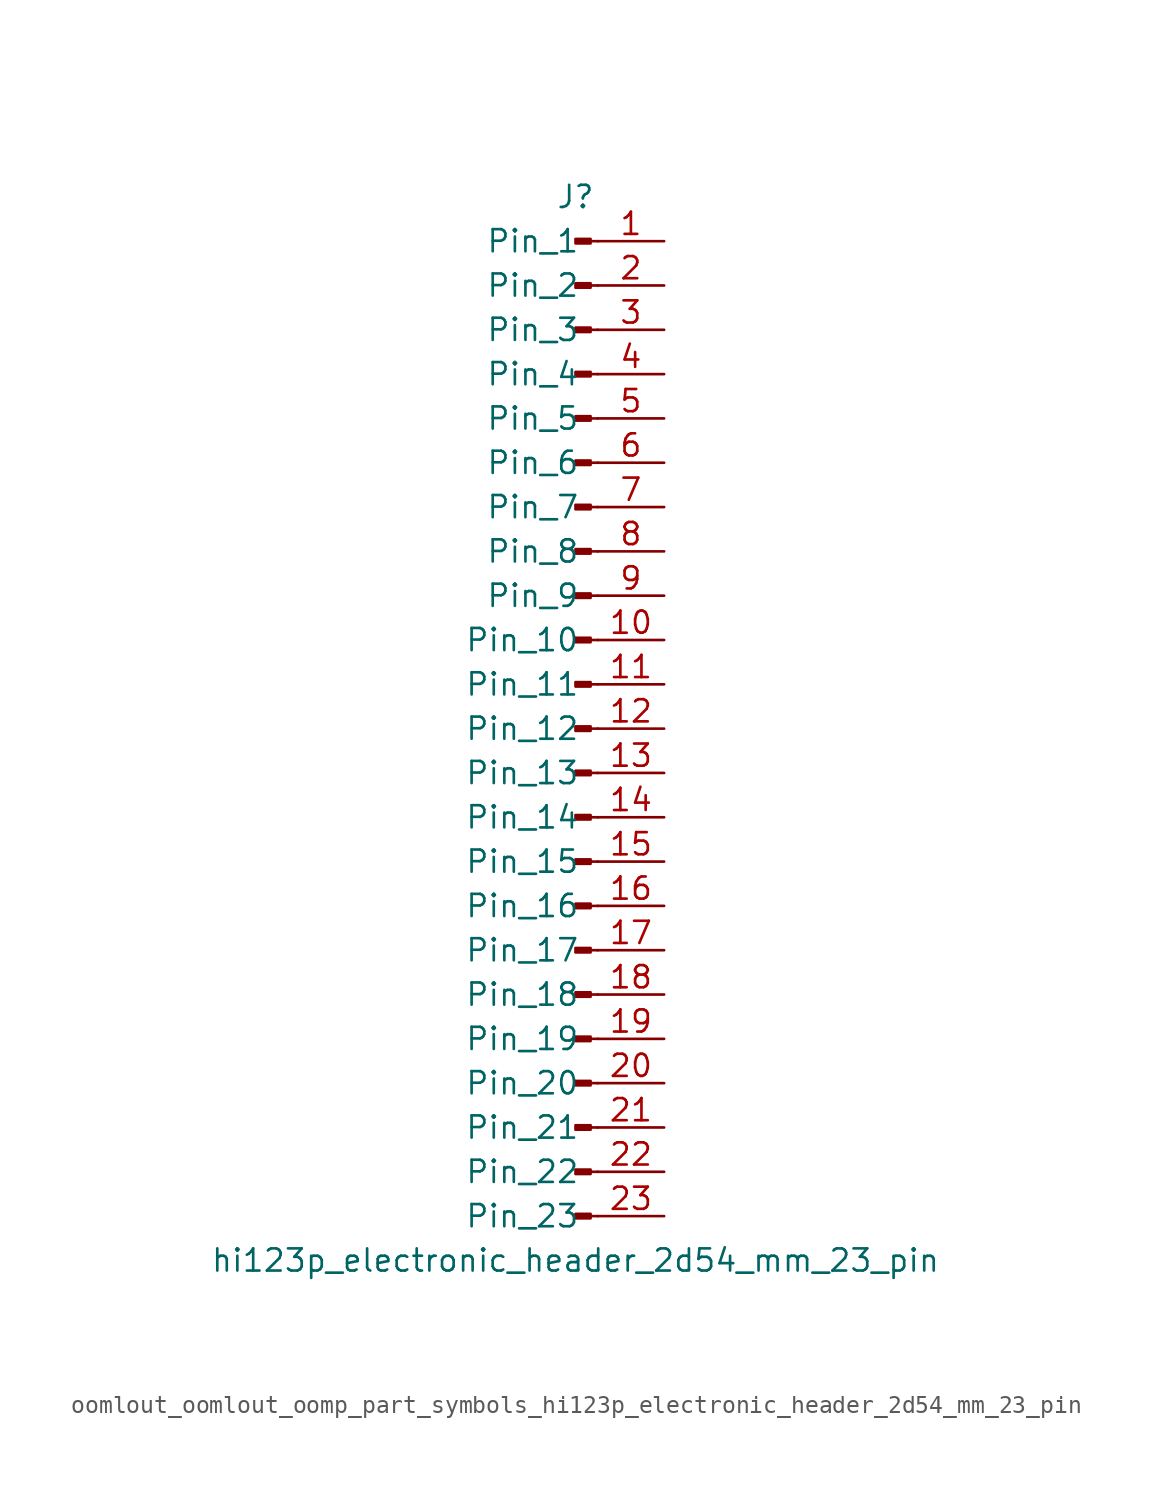
<source format=kicad_sym>
(kicad_symbol_lib
  (version 20220914)
  (generator kicad_symbol_editor)
  (symbol "oomlout_oomlout_oomp_part_symbols_hi123p_electronic_header_2d54_mm_23_pin"
    (pin_names
      (offset 1.016))
    (property "Reference" "J"
      (at 0 30.48 0)
      (effects (font (size 1.27 1.27))))
    (property "Value" "hi123p_electronic_header_2d54_mm_23_pin"
      (at 0 -30.48 0)
      (effects (font (size 1.27 1.27))))
    (property "ki_locked" ""
      (at 0 0 0)
      (effects (font (size 1.27 1.27))))
    (symbol "oomlout_oomlout_oomp_part_symbols_hi123p_electronic_header_2d54_mm_23_pin_1_1"
      (polyline (pts (xy 1.27 -27.94) (xy 0.864 -27.94)) (stroke (width 0.152) (type default)) (fill (type none)))
      (polyline (pts (xy 1.27 -25.4) (xy 0.864 -25.4)) (stroke (width 0.152) (type default)) (fill (type none)))
      (polyline (pts (xy 1.27 -22.86) (xy 0.864 -22.86)) (stroke (width 0.152) (type default)) (fill (type none)))
      (polyline (pts (xy 1.27 -20.32) (xy 0.864 -20.32)) (stroke (width 0.152) (type default)) (fill (type none)))
      (polyline (pts (xy 1.27 -17.78) (xy 0.864 -17.78)) (stroke (width 0.152) (type default)) (fill (type none)))
      (polyline (pts (xy 1.27 -15.24) (xy 0.864 -15.24)) (stroke (width 0.152) (type default)) (fill (type none)))
      (polyline (pts (xy 1.27 -12.7) (xy 0.864 -12.7)) (stroke (width 0.152) (type default)) (fill (type none)))
      (polyline (pts (xy 1.27 -10.16) (xy 0.864 -10.16)) (stroke (width 0.152) (type default)) (fill (type none)))
      (polyline (pts (xy 1.27 -7.62) (xy 0.864 -7.62)) (stroke (width 0.152) (type default)) (fill (type none)))
      (polyline (pts (xy 1.27 -5.08) (xy 0.864 -5.08)) (stroke (width 0.152) (type default)) (fill (type none)))
      (polyline (pts (xy 1.27 -2.54) (xy 0.864 -2.54)) (stroke (width 0.152) (type default)) (fill (type none)))
      (polyline (pts (xy 1.27 0) (xy 0.864 0)) (stroke (width 0.152) (type default)) (fill (type none)))
      (polyline (pts (xy 1.27 2.54) (xy 0.864 2.54)) (stroke (width 0.152) (type default)) (fill (type none)))
      (polyline (pts (xy 1.27 5.08) (xy 0.864 5.08)) (stroke (width 0.152) (type default)) (fill (type none)))
      (polyline (pts (xy 1.27 7.62) (xy 0.864 7.62)) (stroke (width 0.152) (type default)) (fill (type none)))
      (polyline (pts (xy 1.27 10.16) (xy 0.864 10.16)) (stroke (width 0.152) (type default)) (fill (type none)))
      (polyline (pts (xy 1.27 12.7) (xy 0.864 12.7)) (stroke (width 0.152) (type default)) (fill (type none)))
      (polyline (pts (xy 1.27 15.24) (xy 0.864 15.24)) (stroke (width 0.152) (type default)) (fill (type none)))
      (polyline (pts (xy 1.27 17.78) (xy 0.864 17.78)) (stroke (width 0.152) (type default)) (fill (type none)))
      (polyline (pts (xy 1.27 20.32) (xy 0.864 20.32)) (stroke (width 0.152) (type default)) (fill (type none)))
      (polyline (pts (xy 1.27 22.86) (xy 0.864 22.86)) (stroke (width 0.152) (type default)) (fill (type none)))
      (polyline (pts (xy 1.27 25.4) (xy 0.864 25.4)) (stroke (width 0.152) (type default)) (fill (type none)))
      (polyline (pts (xy 1.27 27.94) (xy 0.864 27.94)) (stroke (width 0.152) (type default)) (fill (type none)))
      (rectangle (start 0.864 -27.813) (end 0 -28.067) (stroke (width 0.152) (type default)) (fill (type outline)))
      (rectangle (start 0.864 -25.273) (end 0 -25.527) (stroke (width 0.152) (type default)) (fill (type outline)))
      (rectangle (start 0.864 -22.733) (end 0 -22.987) (stroke (width 0.152) (type default)) (fill (type outline)))
      (rectangle (start 0.864 -20.193) (end 0 -20.447) (stroke (width 0.152) (type default)) (fill (type outline)))
      (rectangle (start 0.864 -17.653) (end 0 -17.907) (stroke (width 0.152) (type default)) (fill (type outline)))
      (rectangle (start 0.864 -15.113) (end 0 -15.367) (stroke (width 0.152) (type default)) (fill (type outline)))
      (rectangle (start 0.864 -12.573) (end 0 -12.827) (stroke (width 0.152) (type default)) (fill (type outline)))
      (rectangle (start 0.864 -10.033) (end 0 -10.287) (stroke (width 0.152) (type default)) (fill (type outline)))
      (rectangle (start 0.864 -7.493) (end 0 -7.747) (stroke (width 0.152) (type default)) (fill (type outline)))
      (rectangle (start 0.864 -4.953) (end 0 -5.207) (stroke (width 0.152) (type default)) (fill (type outline)))
      (rectangle (start 0.864 -2.413) (end 0 -2.667) (stroke (width 0.152) (type default)) (fill (type outline)))
      (rectangle (start 0.864 0.127) (end 0 -0.127) (stroke (width 0.152) (type default)) (fill (type outline)))
      (rectangle (start 0.864 2.667) (end 0 2.413) (stroke (width 0.152) (type default)) (fill (type outline)))
      (rectangle (start 0.864 5.207) (end 0 4.953) (stroke (width 0.152) (type default)) (fill (type outline)))
      (rectangle (start 0.864 7.747) (end 0 7.493) (stroke (width 0.152) (type default)) (fill (type outline)))
      (rectangle (start 0.864 10.287) (end 0 10.033) (stroke (width 0.152) (type default)) (fill (type outline)))
      (rectangle (start 0.864 12.827) (end 0 12.573) (stroke (width 0.152) (type default)) (fill (type outline)))
      (rectangle (start 0.864 15.367) (end 0 15.113) (stroke (width 0.152) (type default)) (fill (type outline)))
      (rectangle (start 0.864 17.907) (end 0 17.653) (stroke (width 0.152) (type default)) (fill (type outline)))
      (rectangle (start 0.864 20.447) (end 0 20.193) (stroke (width 0.152) (type default)) (fill (type outline)))
      (rectangle (start 0.864 22.987) (end 0 22.733) (stroke (width 0.152) (type default)) (fill (type outline)))
      (rectangle (start 0.864 25.527) (end 0 25.273) (stroke (width 0.152) (type default)) (fill (type outline)))
      (rectangle (start 0.864 28.067) (end 0 27.813) (stroke (width 0.152) (type default)) (fill (type outline)))
      (pin passive line (at 5.08 27.94 180) (length 3.81) (name "Pin_1" (effects (font (size 1.27 1.27)))) (number "1" (effects (font (size 1.27 1.27)))))
      (pin passive line (at 5.08 5.08 180) (length 3.81) (name "Pin_10" (effects (font (size 1.27 1.27)))) (number "10" (effects (font (size 1.27 1.27)))))
      (pin passive line (at 5.08 2.54 180) (length 3.81) (name "Pin_11" (effects (font (size 1.27 1.27)))) (number "11" (effects (font (size 1.27 1.27)))))
      (pin passive line (at 5.08 0 180) (length 3.81) (name "Pin_12" (effects (font (size 1.27 1.27)))) (number "12" (effects (font (size 1.27 1.27)))))
      (pin passive line (at 5.08 -2.54 180) (length 3.81) (name "Pin_13" (effects (font (size 1.27 1.27)))) (number "13" (effects (font (size 1.27 1.27)))))
      (pin passive line (at 5.08 -5.08 180) (length 3.81) (name "Pin_14" (effects (font (size 1.27 1.27)))) (number "14" (effects (font (size 1.27 1.27)))))
      (pin passive line (at 5.08 -7.62 180) (length 3.81) (name "Pin_15" (effects (font (size 1.27 1.27)))) (number "15" (effects (font (size 1.27 1.27)))))
      (pin passive line (at 5.08 -10.16 180) (length 3.81) (name "Pin_16" (effects (font (size 1.27 1.27)))) (number "16" (effects (font (size 1.27 1.27)))))
      (pin passive line (at 5.08 -12.7 180) (length 3.81) (name "Pin_17" (effects (font (size 1.27 1.27)))) (number "17" (effects (font (size 1.27 1.27)))))
      (pin passive line (at 5.08 -15.24 180) (length 3.81) (name "Pin_18" (effects (font (size 1.27 1.27)))) (number "18" (effects (font (size 1.27 1.27)))))
      (pin passive line (at 5.08 -17.78 180) (length 3.81) (name "Pin_19" (effects (font (size 1.27 1.27)))) (number "19" (effects (font (size 1.27 1.27)))))
      (pin passive line (at 5.08 25.4 180) (length 3.81) (name "Pin_2" (effects (font (size 1.27 1.27)))) (number "2" (effects (font (size 1.27 1.27)))))
      (pin passive line (at 5.08 -20.32 180) (length 3.81) (name "Pin_20" (effects (font (size 1.27 1.27)))) (number "20" (effects (font (size 1.27 1.27)))))
      (pin passive line (at 5.08 -22.86 180) (length 3.81) (name "Pin_21" (effects (font (size 1.27 1.27)))) (number "21" (effects (font (size 1.27 1.27)))))
      (pin passive line (at 5.08 -25.4 180) (length 3.81) (name "Pin_22" (effects (font (size 1.27 1.27)))) (number "22" (effects (font (size 1.27 1.27)))))
      (pin passive line (at 5.08 -27.94 180) (length 3.81) (name "Pin_23" (effects (font (size 1.27 1.27)))) (number "23" (effects (font (size 1.27 1.27)))))
      (pin passive line (at 5.08 22.86 180) (length 3.81) (name "Pin_3" (effects (font (size 1.27 1.27)))) (number "3" (effects (font (size 1.27 1.27)))))
      (pin passive line (at 5.08 20.32 180) (length 3.81) (name "Pin_4" (effects (font (size 1.27 1.27)))) (number "4" (effects (font (size 1.27 1.27)))))
      (pin passive line (at 5.08 17.78 180) (length 3.81) (name "Pin_5" (effects (font (size 1.27 1.27)))) (number "5" (effects (font (size 1.27 1.27)))))
      (pin passive line (at 5.08 15.24 180) (length 3.81) (name "Pin_6" (effects (font (size 1.27 1.27)))) (number "6" (effects (font (size 1.27 1.27)))))
      (pin passive line (at 5.08 12.7 180) (length 3.81) (name "Pin_7" (effects (font (size 1.27 1.27)))) (number "7" (effects (font (size 1.27 1.27)))))
      (pin passive line (at 5.08 10.16 180) (length 3.81) (name "Pin_8" (effects (font (size 1.27 1.27)))) (number "8" (effects (font (size 1.27 1.27)))))
      (pin passive line (at 5.08 7.62 180) (length 3.81) (name "Pin_9" (effects (font (size 1.27 1.27)))) (number "9" (effects (font (size 1.27 1.27))))))))
</source>
